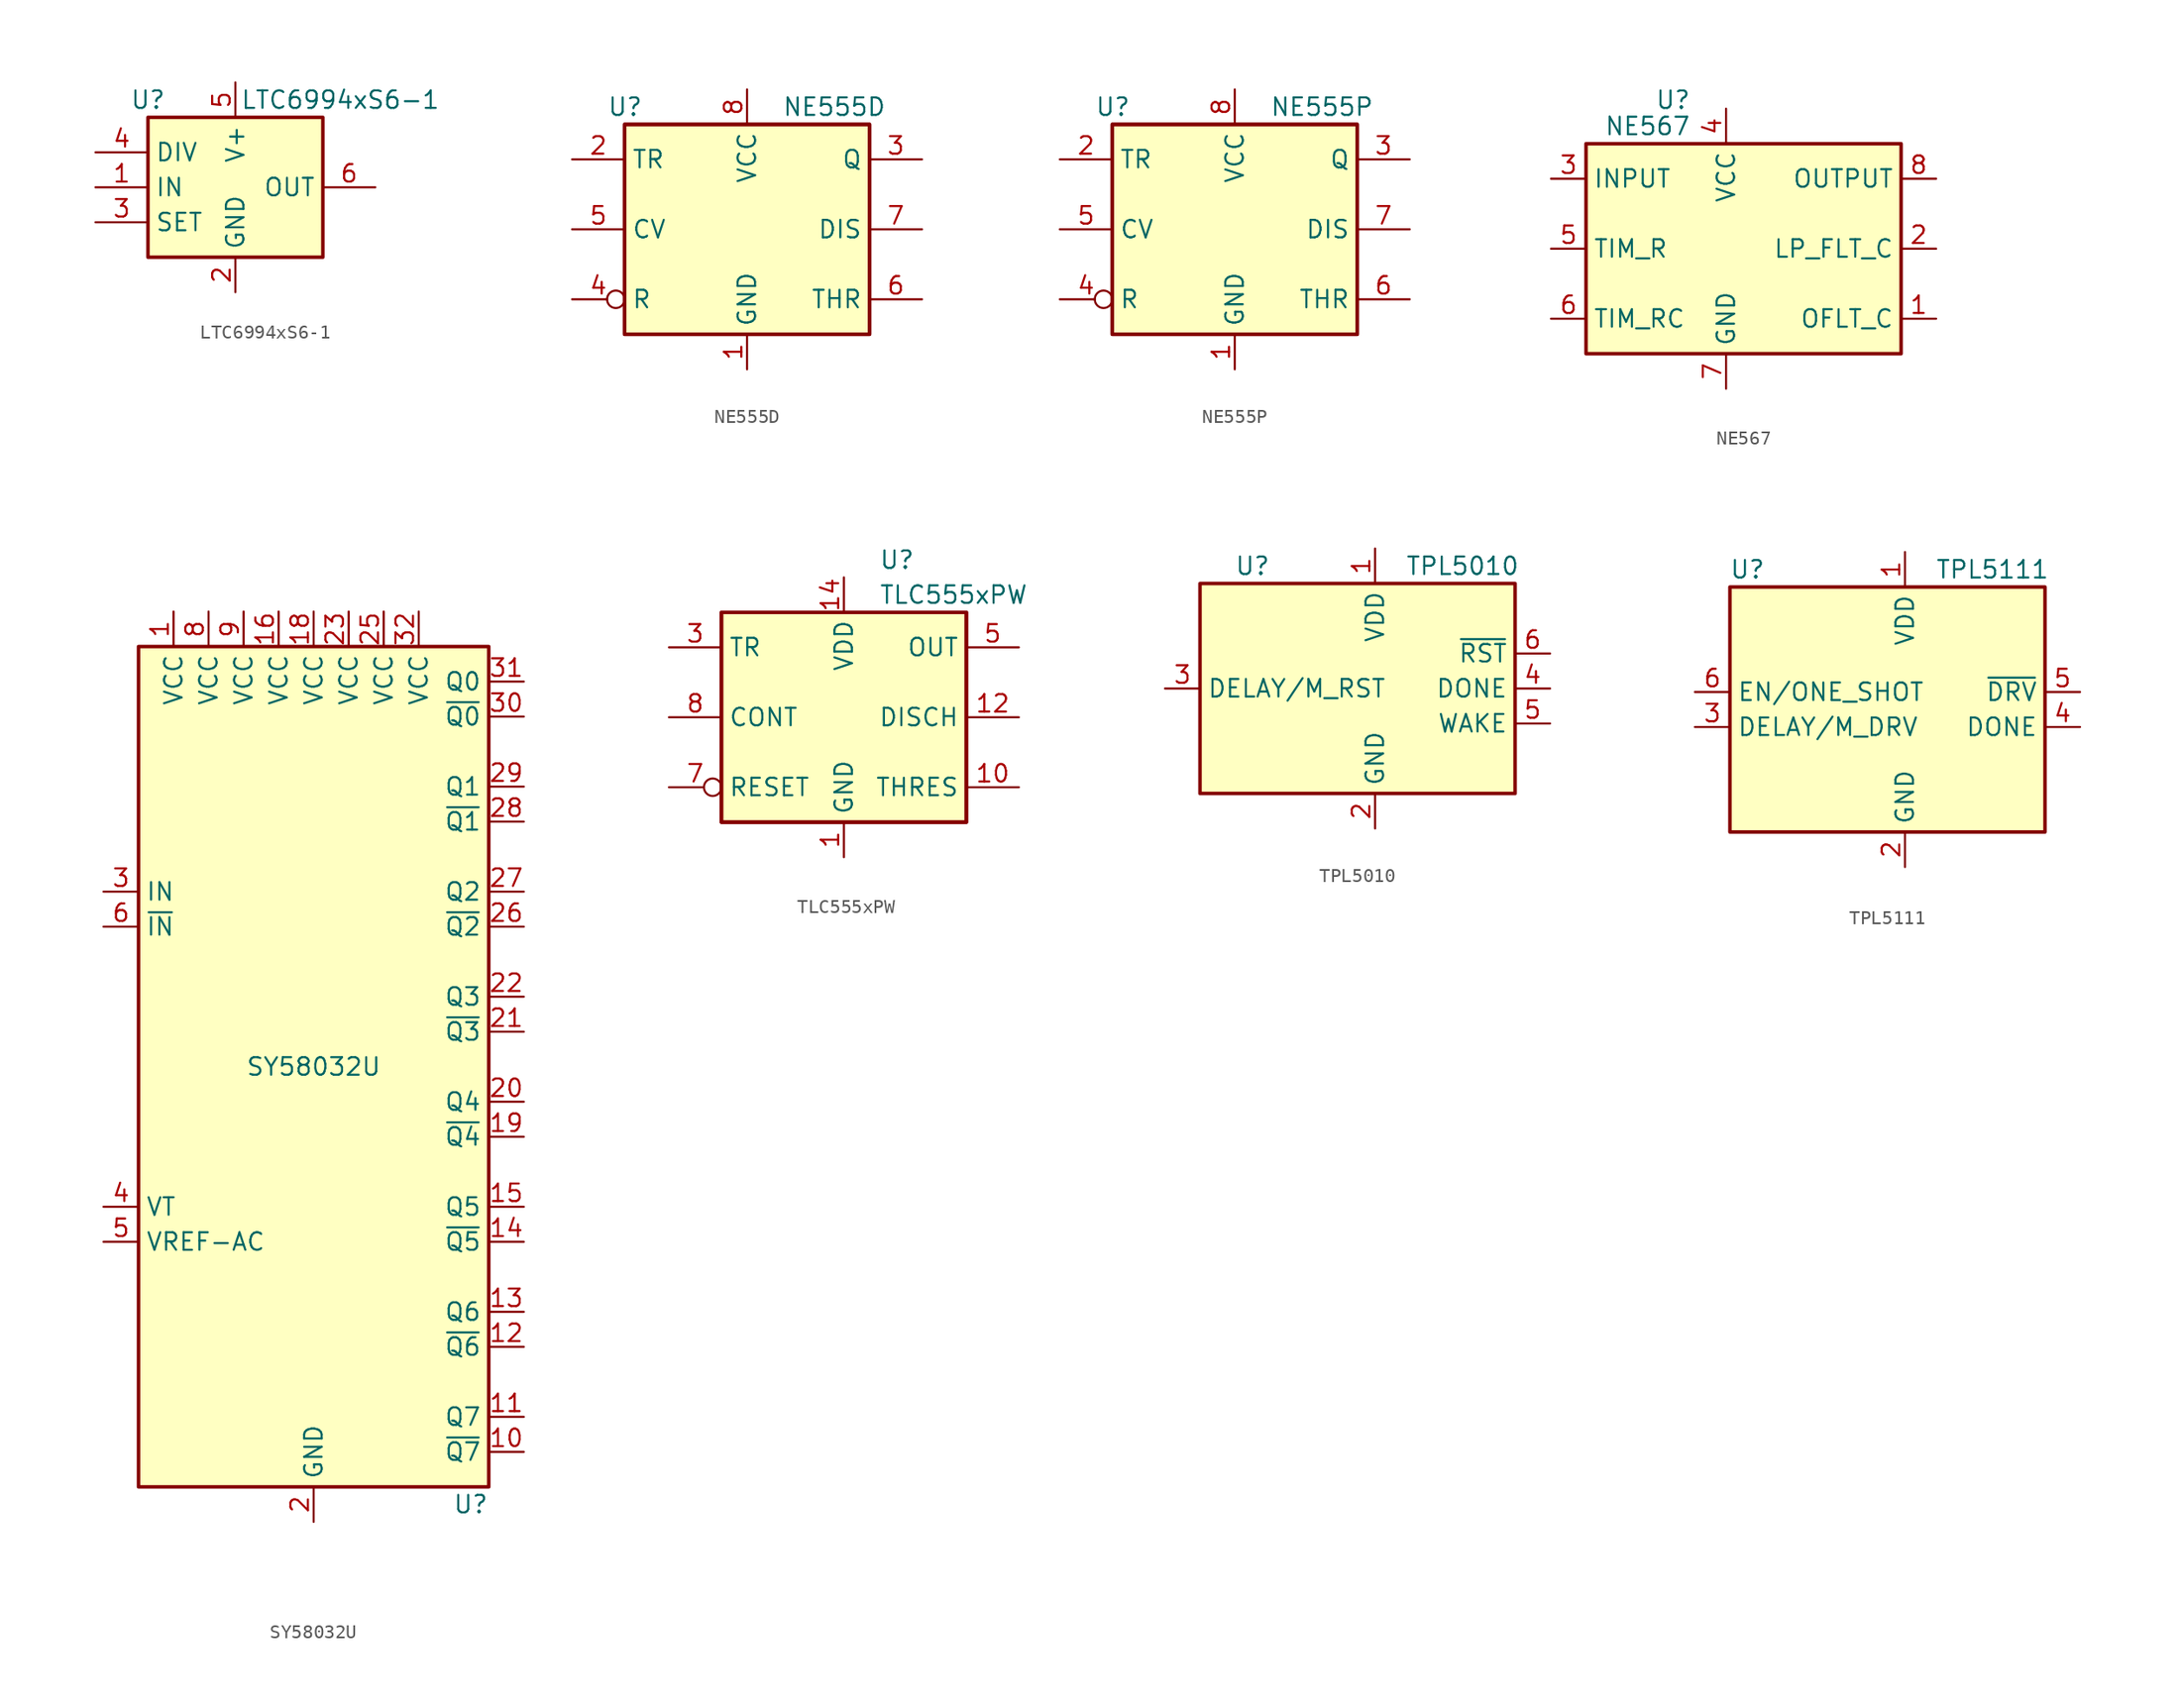
<source format=kicad_sym>
(kicad_symbol_lib
  (version 20241209)
  (generator "kicad_symbol_editor")
  (generator_version "9.0")
  (symbol "LTC6994xS6-1"
    (property "Reference" "U"
      (at -6.35 6.35 0)
      (effects (font (size 1.27 1.27))))
    (property "Value" "LTC6994xS6-1"
      (at 7.62 6.35 0)
      (effects (font (size 1.27 1.27))))
    (symbol "LTC6994xS6-1_0_1"
      (rectangle (start -6.35 5.08) (end 6.35 -5.08) (stroke (width 0.254) (type default)) (fill (type background))))
    (symbol "LTC6994xS6-1_1_1"
      (pin input line (at -10.16 2.54 0) (length 3.81) (name "DIV" (effects (font (size 1.27 1.27)))) (number "4" (effects (font (size 1.27 1.27)))))
      (pin input line (at -10.16 0 0) (length 3.81) (name "IN" (effects (font (size 1.27 1.27)))) (number "1" (effects (font (size 1.27 1.27)))))
      (pin passive line (at -10.16 -2.54 0) (length 3.81) (name "SET" (effects (font (size 1.27 1.27)))) (number "3" (effects (font (size 1.27 1.27)))))
      (pin power_in line (at 0 7.62 270) (length 2.54) (name "V+" (effects (font (size 1.27 1.27)))) (number "5" (effects (font (size 1.27 1.27)))))
      (pin power_in line (at 0 -7.62 90) (length 2.54) (name "GND" (effects (font (size 1.27 1.27)))) (number "2" (effects (font (size 1.27 1.27)))))
      (pin output line (at 10.16 0 180) (length 3.81) (name "OUT" (effects (font (size 1.27 1.27)))) (number "6" (effects (font (size 1.27 1.27)))))))
  (symbol "NE555D"
    (property "Reference" "U"
      (at -10.16 8.89 0)
      (effects (font (size 1.27 1.27)) (justify left)))
    (property "Value" "NE555D"
      (at 2.54 8.89 0)
      (effects (font (size 1.27 1.27)) (justify left)))
    (symbol "NE555D_0_0"
      (pin power_in line (at 0 10.16 270) (length 2.54) (name "VCC" (effects (font (size 1.27 1.27)))) (number "8" (effects (font (size 1.27 1.27)))))
      (pin power_in line (at 0 -10.16 90) (length 2.54) (name "GND" (effects (font (size 1.27 1.27)))) (number "1" (effects (font (size 1.27 1.27))))))
    (symbol "NE555D_0_1"
      (rectangle (start -8.89 -7.62) (end 8.89 7.62) (stroke (width 0.254) (type default)) (fill (type background)))
      (rectangle (start -8.89 -7.62) (end 8.89 7.62) (stroke (width 0.254) (type default)) (fill (type background))))
    (symbol "NE555D_1_1"
      (pin input line (at -12.7 5.08 0) (length 3.81) (name "TR" (effects (font (size 1.27 1.27)))) (number "2" (effects (font (size 1.27 1.27)))))
      (pin input line (at -12.7 0 0) (length 3.81) (name "CV" (effects (font (size 1.27 1.27)))) (number "5" (effects (font (size 1.27 1.27)))))
      (pin input inverted (at -12.7 -5.08 0) (length 3.81) (name "R" (effects (font (size 1.27 1.27)))) (number "4" (effects (font (size 1.27 1.27)))))
      (pin output line (at 12.7 5.08 180) (length 3.81) (name "Q" (effects (font (size 1.27 1.27)))) (number "3" (effects (font (size 1.27 1.27)))))
      (pin input line (at 12.7 0 180) (length 3.81) (name "DIS" (effects (font (size 1.27 1.27)))) (number "7" (effects (font (size 1.27 1.27)))))
      (pin input line (at 12.7 -5.08 180) (length 3.81) (name "THR" (effects (font (size 1.27 1.27)))) (number "6" (effects (font (size 1.27 1.27)))))))
  (symbol "NE555P"
    (property "Reference" "U"
      (at -10.16 8.89 0)
      (effects (font (size 1.27 1.27)) (justify left)))
    (property "Value" "NE555P"
      (at 2.54 8.89 0)
      (effects (font (size 1.27 1.27)) (justify left)))
    (symbol "NE555P_0_0"
      (pin power_in line (at 0 10.16 270) (length 2.54) (name "VCC" (effects (font (size 1.27 1.27)))) (number "8" (effects (font (size 1.27 1.27)))))
      (pin power_in line (at 0 -10.16 90) (length 2.54) (name "GND" (effects (font (size 1.27 1.27)))) (number "1" (effects (font (size 1.27 1.27))))))
    (symbol "NE555P_0_1"
      (rectangle (start -8.89 -7.62) (end 8.89 7.62) (stroke (width 0.254) (type default)) (fill (type background)))
      (rectangle (start -8.89 -7.62) (end 8.89 7.62) (stroke (width 0.254) (type default)) (fill (type background))))
    (symbol "NE555P_1_1"
      (pin input line (at -12.7 5.08 0) (length 3.81) (name "TR" (effects (font (size 1.27 1.27)))) (number "2" (effects (font (size 1.27 1.27)))))
      (pin input line (at -12.7 0 0) (length 3.81) (name "CV" (effects (font (size 1.27 1.27)))) (number "5" (effects (font (size 1.27 1.27)))))
      (pin input inverted (at -12.7 -5.08 0) (length 3.81) (name "R" (effects (font (size 1.27 1.27)))) (number "4" (effects (font (size 1.27 1.27)))))
      (pin output line (at 12.7 5.08 180) (length 3.81) (name "Q" (effects (font (size 1.27 1.27)))) (number "3" (effects (font (size 1.27 1.27)))))
      (pin input line (at 12.7 0 180) (length 3.81) (name "DIS" (effects (font (size 1.27 1.27)))) (number "7" (effects (font (size 1.27 1.27)))))
      (pin input line (at 12.7 -5.08 180) (length 3.81) (name "THR" (effects (font (size 1.27 1.27)))) (number "6" (effects (font (size 1.27 1.27)))))))
  (symbol "NE567"
    (property "Reference" "U"
      (at -2.54 10.795 0)
      (effects (font (size 1.27 1.27)) (justify right)))
    (property "Value" "NE567"
      (at -2.54 8.89 0)
      (effects (font (size 1.27 1.27)) (justify right)))
    (symbol "NE567_0_1"
      (rectangle (start -10.16 7.62) (end 12.7 -7.62) (stroke (width 0.254) (type default)) (fill (type background))))
    (symbol "NE567_1_1"
      (pin input line (at -12.7 5.08 0) (length 2.54) (name "INPUT" (effects (font (size 1.27 1.27)))) (number "3" (effects (font (size 1.27 1.27)))))
      (pin input line (at -12.7 0 0) (length 2.54) (name "TIM_R" (effects (font (size 1.27 1.27)))) (number "5" (effects (font (size 1.27 1.27)))))
      (pin input line (at -12.7 -5.08 0) (length 2.54) (name "TIM_RC" (effects (font (size 1.27 1.27)))) (number "6" (effects (font (size 1.27 1.27)))))
      (pin power_in line (at 0 10.16 270) (length 2.54) (name "VCC" (effects (font (size 1.27 1.27)))) (number "4" (effects (font (size 1.27 1.27)))))
      (pin power_in line (at 0 -10.16 90) (length 2.54) (name "GND" (effects (font (size 1.27 1.27)))) (number "7" (effects (font (size 1.27 1.27)))))
      (pin output line (at 15.24 5.08 180) (length 2.54) (name "OUTPUT" (effects (font (size 1.27 1.27)))) (number "8" (effects (font (size 1.27 1.27)))))
      (pin output line (at 15.24 0 180) (length 2.54) (name "LP_FLT_C" (effects (font (size 1.27 1.27)))) (number "2" (effects (font (size 1.27 1.27)))))
      (pin output line (at 15.24 -5.08 180) (length 2.54) (name "OFLT_C" (effects (font (size 1.27 1.27)))) (number "1" (effects (font (size 1.27 1.27)))))))
  (symbol "SY58032U"
    (property "Reference" "U"
      (at 12.7 -31.75 0)
      (effects (font (size 1.27 1.27)) (justify right)))
    (property "Value" "SY58032U"
      (at 0 0 0)
      (effects (font (size 1.27 1.27))))
    (symbol "SY58032U_0_1"
      (rectangle (start 12.7 30.48) (end -12.7 -30.48) (stroke (width 0.254) (type default)) (fill (type background))))
    (symbol "SY58032U_1_1"
      (pin input line (at -15.24 12.7 0) (length 2.54) (name "IN" (effects (font (size 1.27 1.27)))) (number "3" (effects (font (size 1.27 1.27)))))
      (pin input line (at -15.24 10.16 0) (length 2.54) (name "~{IN}" (effects (font (size 1.27 1.27)))) (number "6" (effects (font (size 1.27 1.27)))))
      (pin passive line (at -15.24 -10.16 0) (length 2.54) (name "VT" (effects (font (size 1.27 1.27)))) (number "4" (effects (font (size 1.27 1.27)))))
      (pin passive line (at -15.24 -12.7 0) (length 2.54) (name "VREF-AC" (effects (font (size 1.27 1.27)))) (number "5" (effects (font (size 1.27 1.27)))))
      (pin power_in line (at -10.16 33.02 270) (length 2.54) (name "VCC" (effects (font (size 1.27 1.27)))) (number "1" (effects (font (size 1.27 1.27)))))
      (pin power_in line (at -7.62 33.02 270) (length 2.54) (name "VCC" (effects (font (size 1.27 1.27)))) (number "8" (effects (font (size 1.27 1.27)))))
      (pin power_in line (at -5.08 33.02 270) (length 2.54) (name "VCC" (effects (font (size 1.27 1.27)))) (number "9" (effects (font (size 1.27 1.27)))))
      (pin power_in line (at -2.54 33.02 270) (length 2.54) (name "VCC" (effects (font (size 1.27 1.27)))) (number "16" (effects (font (size 1.27 1.27)))))
      (pin power_in line (at 0 33.02 270) (length 2.54) (name "VCC" (effects (font (size 1.27 1.27)))) (number "18" (effects (font (size 1.27 1.27)))))
      (pin passive line (at 0 -33.02 90) (length 2.54) (hide yes) (name "GND" (effects (font (size 1.27 1.27)))) (number "17" (effects (font (size 1.27 1.27)))))
      (pin power_in line (at 0 -33.02 90) (length 2.54) (name "GND" (effects (font (size 1.27 1.27)))) (number "2" (effects (font (size 1.27 1.27)))))
      (pin passive line (at 0 -33.02 90) (length 2.54) (hide yes) (name "GND" (effects (font (size 1.27 1.27)))) (number "24" (effects (font (size 1.27 1.27)))))
      (pin passive line (at 0 -33.02 90) (length 2.54) (hide yes) (name "GND" (effects (font (size 1.27 1.27)))) (number "33" (effects (font (size 1.27 1.27)))))
      (pin passive line (at 0 -33.02 90) (length 2.54) (hide yes) (name "GND" (effects (font (size 1.27 1.27)))) (number "7" (effects (font (size 1.27 1.27)))))
      (pin power_in line (at 2.54 33.02 270) (length 2.54) (name "VCC" (effects (font (size 1.27 1.27)))) (number "23" (effects (font (size 1.27 1.27)))))
      (pin power_in line (at 5.08 33.02 270) (length 2.54) (name "VCC" (effects (font (size 1.27 1.27)))) (number "25" (effects (font (size 1.27 1.27)))))
      (pin power_in line (at 7.62 33.02 270) (length 2.54) (name "VCC" (effects (font (size 1.27 1.27)))) (number "32" (effects (font (size 1.27 1.27)))))
      (pin open_emitter line (at 15.24 27.94 180) (length 2.54) (name "Q0" (effects (font (size 1.27 1.27)))) (number "31" (effects (font (size 1.27 1.27)))))
      (pin open_emitter line (at 15.24 25.4 180) (length 2.54) (name "~{Q0}" (effects (font (size 1.27 1.27)))) (number "30" (effects (font (size 1.27 1.27)))))
      (pin open_emitter line (at 15.24 20.32 180) (length 2.54) (name "Q1" (effects (font (size 1.27 1.27)))) (number "29" (effects (font (size 1.27 1.27)))))
      (pin open_emitter line (at 15.24 17.78 180) (length 2.54) (name "~{Q1}" (effects (font (size 1.27 1.27)))) (number "28" (effects (font (size 1.27 1.27)))))
      (pin open_emitter line (at 15.24 12.7 180) (length 2.54) (name "Q2" (effects (font (size 1.27 1.27)))) (number "27" (effects (font (size 1.27 1.27)))))
      (pin open_emitter line (at 15.24 10.16 180) (length 2.54) (name "~{Q2}" (effects (font (size 1.27 1.27)))) (number "26" (effects (font (size 1.27 1.27)))))
      (pin open_emitter line (at 15.24 5.08 180) (length 2.54) (name "Q3" (effects (font (size 1.27 1.27)))) (number "22" (effects (font (size 1.27 1.27)))))
      (pin open_emitter line (at 15.24 2.54 180) (length 2.54) (name "~{Q3}" (effects (font (size 1.27 1.27)))) (number "21" (effects (font (size 1.27 1.27)))))
      (pin open_emitter line (at 15.24 -2.54 180) (length 2.54) (name "Q4" (effects (font (size 1.27 1.27)))) (number "20" (effects (font (size 1.27 1.27)))))
      (pin open_emitter line (at 15.24 -5.08 180) (length 2.54) (name "~{Q4}" (effects (font (size 1.27 1.27)))) (number "19" (effects (font (size 1.27 1.27)))))
      (pin open_emitter line (at 15.24 -10.16 180) (length 2.54) (name "Q5" (effects (font (size 1.27 1.27)))) (number "15" (effects (font (size 1.27 1.27)))))
      (pin open_emitter line (at 15.24 -12.7 180) (length 2.54) (name "~{Q5}" (effects (font (size 1.27 1.27)))) (number "14" (effects (font (size 1.27 1.27)))))
      (pin open_emitter line (at 15.24 -17.78 180) (length 2.54) (name "Q6" (effects (font (size 1.27 1.27)))) (number "13" (effects (font (size 1.27 1.27)))))
      (pin open_emitter line (at 15.24 -20.32 180) (length 2.54) (name "~{Q6}" (effects (font (size 1.27 1.27)))) (number "12" (effects (font (size 1.27 1.27)))))
      (pin open_emitter line (at 15.24 -25.4 180) (length 2.54) (name "Q7" (effects (font (size 1.27 1.27)))) (number "11" (effects (font (size 1.27 1.27)))))
      (pin open_emitter line (at 15.24 -27.94 180) (length 2.54) (name "~{Q7}" (effects (font (size 1.27 1.27)))) (number "10" (effects (font (size 1.27 1.27)))))))
  (symbol "TLC555xPW"
    (property "Reference" "U"
      (at 2.54 11.43 0)
      (effects (font (size 1.27 1.27)) (justify left)))
    (property "Value" "TLC555xPW"
      (at 2.54 8.89 0)
      (effects (font (size 1.27 1.27)) (justify left)))
    (symbol "TLC555xPW_0_0"
      (pin power_in line (at 0 10.16 270) (length 2.54) (name "VDD" (effects (font (size 1.27 1.27)))) (number "14" (effects (font (size 1.27 1.27)))))
      (pin power_in line (at 0 -10.16 90) (length 2.54) (name "GND" (effects (font (size 1.27 1.27)))) (number "1" (effects (font (size 1.27 1.27))))))
    (symbol "TLC555xPW_0_1"
      (rectangle (start -8.89 -7.62) (end 8.89 7.62) (stroke (width 0.254) (type default)) (fill (type background)))
      (rectangle (start -8.89 -7.62) (end 8.89 7.62) (stroke (width 0.254) (type default)) (fill (type background))))
    (symbol "TLC555xPW_1_1"
      (pin input line (at -12.7 5.08 0) (length 3.81) (name "TR" (effects (font (size 1.27 1.27)))) (number "3" (effects (font (size 1.27 1.27)))))
      (pin input line (at -12.7 0 0) (length 3.81) (name "CONT" (effects (font (size 1.27 1.27)))) (number "8" (effects (font (size 1.27 1.27)))))
      (pin input inverted (at -12.7 -5.08 0) (length 3.81) (name "RESET" (effects (font (size 1.27 1.27)))) (number "7" (effects (font (size 1.27 1.27)))))
      (pin no_connect line (at -2.54 5.08 270) (length 2.54) (hide yes) (name "NC" (effects (font (size 1.27 1.27)))) (number "2" (effects (font (size 1.27 1.27)))))
      (pin no_connect line (at -2.54 0 270) (length 2.54) (hide yes) (name "NC" (effects (font (size 1.27 1.27)))) (number "9" (effects (font (size 1.27 1.27)))))
      (pin no_connect line (at 0 5.08 270) (length 2.54) (hide yes) (name "NC" (effects (font (size 1.27 1.27)))) (number "4" (effects (font (size 1.27 1.27)))))
      (pin no_connect line (at 0 0 270) (length 2.54) (hide yes) (name "NC" (effects (font (size 1.27 1.27)))) (number "11" (effects (font (size 1.27 1.27)))))
      (pin no_connect line (at 2.54 5.08 270) (length 2.54) (hide yes) (name "NC" (effects (font (size 1.27 1.27)))) (number "6" (effects (font (size 1.27 1.27)))))
      (pin no_connect line (at 2.54 0 270) (length 2.54) (hide yes) (name "NC" (effects (font (size 1.27 1.27)))) (number "13" (effects (font (size 1.27 1.27)))))
      (pin output line (at 12.7 5.08 180) (length 3.81) (name "OUT" (effects (font (size 1.27 1.27)))) (number "5" (effects (font (size 1.27 1.27)))))
      (pin input line (at 12.7 0 180) (length 3.81) (name "DISCH" (effects (font (size 1.27 1.27)))) (number "12" (effects (font (size 1.27 1.27)))))
      (pin input line (at 12.7 -5.08 180) (length 3.81) (name "THRES" (effects (font (size 1.27 1.27)))) (number "10" (effects (font (size 1.27 1.27)))))))
  (symbol "TPL5010"
    (property "Reference" "U"
      (at -8.89 8.89 0)
      (effects (font (size 1.27 1.27))))
    (property "Value" "TPL5010"
      (at 6.35 8.89 0)
      (effects (font (size 1.27 1.27))))
    (symbol "TPL5010_0_1"
      (rectangle (start -12.7 7.62) (end 10.16 -7.62) (stroke (width 0.254) (type default)) (fill (type background))))
    (symbol "TPL5010_1_1"
      (pin input line (at -15.24 0 0) (length 2.54) (name "DELAY/M_RST" (effects (font (size 1.27 1.27)))) (number "3" (effects (font (size 1.27 1.27)))))
      (pin power_in line (at 0 10.16 270) (length 2.54) (name "VDD" (effects (font (size 1.27 1.27)))) (number "1" (effects (font (size 1.27 1.27)))))
      (pin power_in line (at 0 -10.16 90) (length 2.54) (name "GND" (effects (font (size 1.27 1.27)))) (number "2" (effects (font (size 1.27 1.27)))))
      (pin open_collector line (at 12.7 2.54 180) (length 2.54) (name "~{RST}" (effects (font (size 1.27 1.27)))) (number "6" (effects (font (size 1.27 1.27)))))
      (pin input line (at 12.7 0 180) (length 2.54) (name "DONE" (effects (font (size 1.27 1.27)))) (number "4" (effects (font (size 1.27 1.27)))))
      (pin output line (at 12.7 -2.54 180) (length 2.54) (name "WAKE" (effects (font (size 1.27 1.27)))) (number "5" (effects (font (size 1.27 1.27)))))))
  (symbol "TPL5111"
    (property "Reference" "U"
      (at -11.43 11.43 0)
      (effects (font (size 1.27 1.27))))
    (property "Value" "TPL5111"
      (at 6.35 11.43 0)
      (effects (font (size 1.27 1.27))))
    (symbol "TPL5111_0_1"
      (rectangle (start -12.7 10.16) (end 10.16 -7.62) (stroke (width 0.254) (type default)) (fill (type background))))
    (symbol "TPL5111_1_1"
      (pin input line (at -15.24 2.54 0) (length 2.54) (name "EN/ONE_SHOT" (effects (font (size 1.27 1.27)))) (number "6" (effects (font (size 1.27 1.27)))))
      (pin input line (at -15.24 0 0) (length 2.54) (name "DELAY/M_DRV" (effects (font (size 1.27 1.27)))) (number "3" (effects (font (size 1.27 1.27)))))
      (pin power_in line (at 0 12.7 270) (length 2.54) (name "VDD" (effects (font (size 1.27 1.27)))) (number "1" (effects (font (size 1.27 1.27)))))
      (pin power_in line (at 0 -10.16 90) (length 2.54) (name "GND" (effects (font (size 1.27 1.27)))) (number "2" (effects (font (size 1.27 1.27)))))
      (pin output line (at 12.7 2.54 180) (length 2.54) (name "~{DRV}" (effects (font (size 1.27 1.27)))) (number "5" (effects (font (size 1.27 1.27)))))
      (pin input line (at 12.7 0 180) (length 2.54) (name "DONE" (effects (font (size 1.27 1.27)))) (number "4" (effects (font (size 1.27 1.27))))))))
</source>
